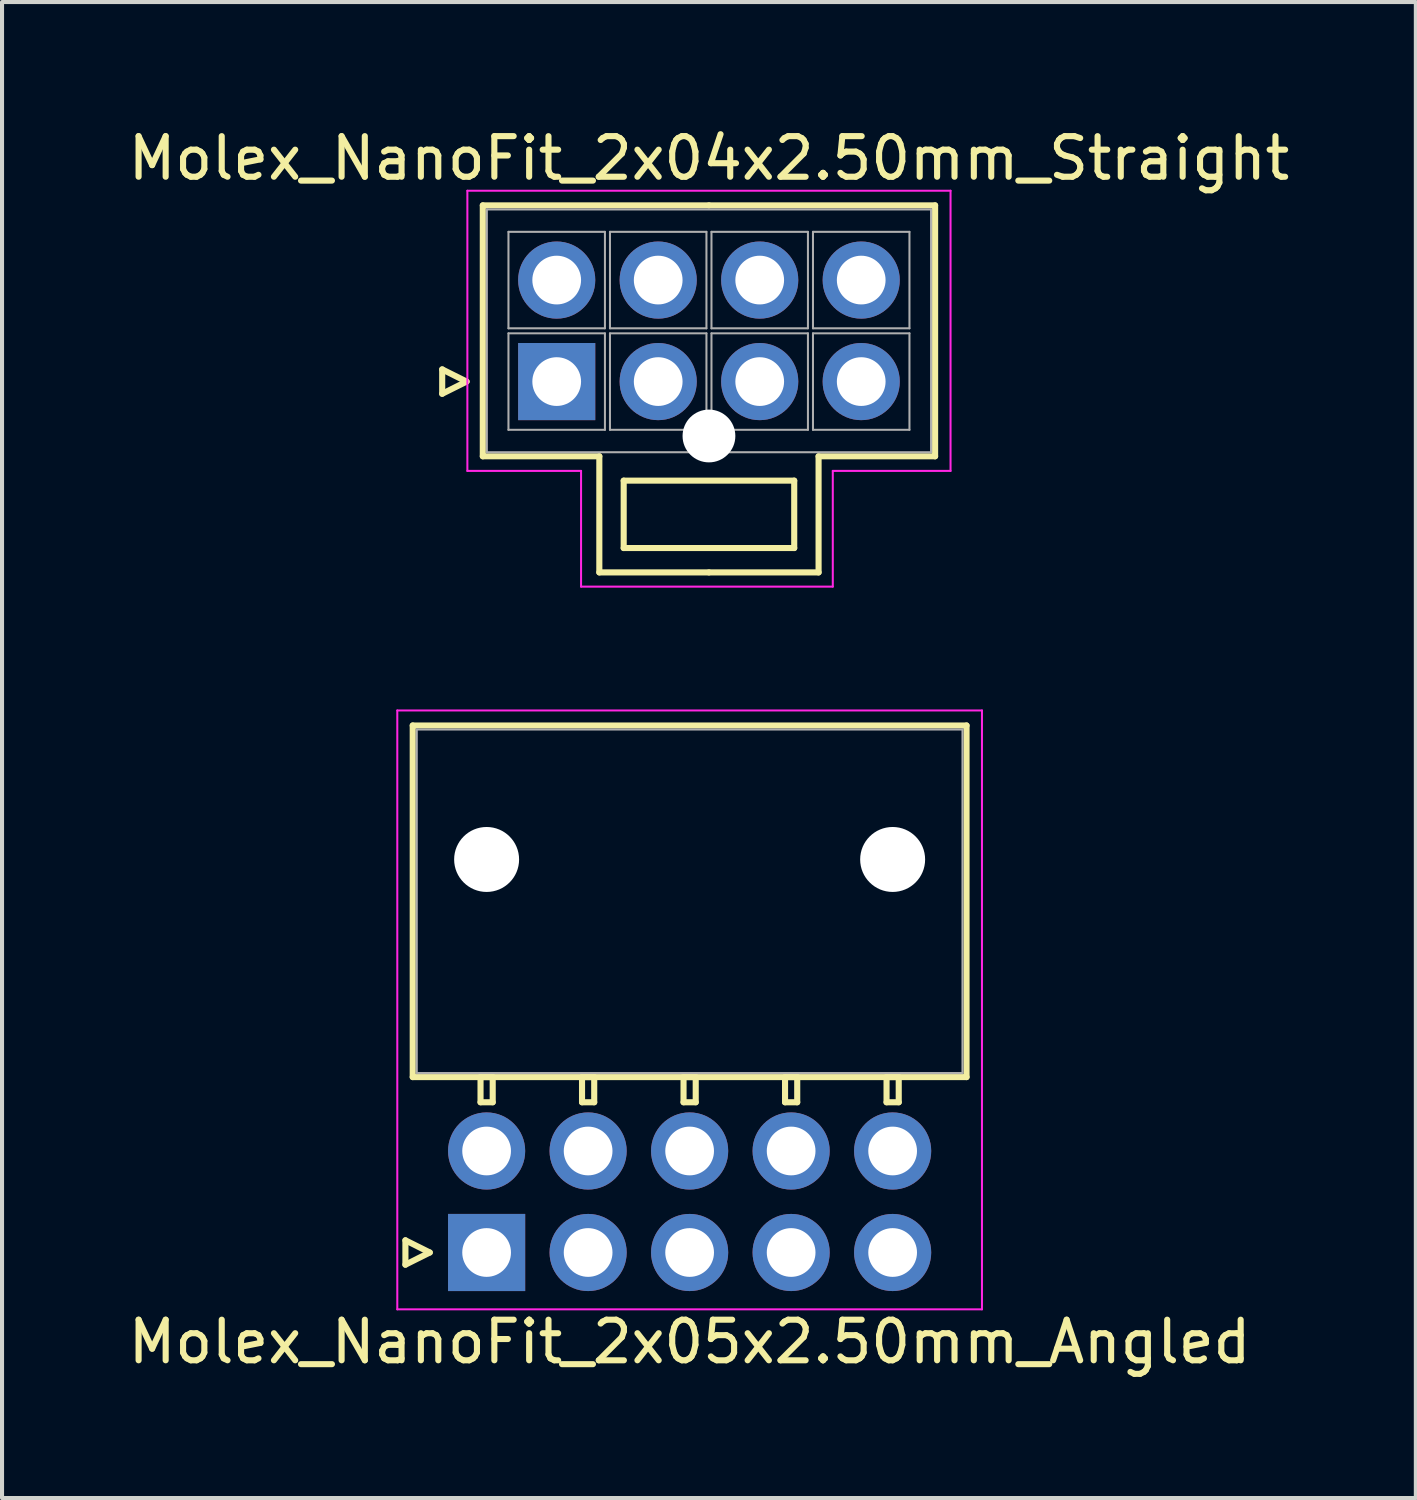
<source format=kicad_pcb>
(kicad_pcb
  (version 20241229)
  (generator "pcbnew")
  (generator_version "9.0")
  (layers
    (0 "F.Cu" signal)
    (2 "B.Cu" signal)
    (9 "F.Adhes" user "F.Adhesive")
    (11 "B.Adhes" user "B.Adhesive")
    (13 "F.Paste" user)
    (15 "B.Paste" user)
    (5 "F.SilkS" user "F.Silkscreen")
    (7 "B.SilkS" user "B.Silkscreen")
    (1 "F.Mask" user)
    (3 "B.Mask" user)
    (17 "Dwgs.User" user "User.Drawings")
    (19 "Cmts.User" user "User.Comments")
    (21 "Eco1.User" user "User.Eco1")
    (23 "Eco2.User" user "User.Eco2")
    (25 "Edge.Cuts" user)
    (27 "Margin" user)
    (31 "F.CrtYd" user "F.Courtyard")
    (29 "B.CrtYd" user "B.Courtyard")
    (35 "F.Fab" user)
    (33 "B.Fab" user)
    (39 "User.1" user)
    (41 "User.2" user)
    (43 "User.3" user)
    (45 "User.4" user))
  (footprint "Molex_NanoFit_2x05x2.50mm_Angled"
    (layer "F.Cu")
    (at 8.935 27.798)
    (property "Reference" "Molex_NanoFit_2x05x2.50mm_Angled" (at 5 2.2 0) (layer "F.SilkS") (effects (font (size 1 1) (thickness 0.15))))
    (attr through_hole)
    (fp_line (start -2 -0.3) (end -1.4 0) (stroke (width 0.15) (type solid)) (layer "F.SilkS"))
    (fp_line (start -2 0.3) (end -2 -0.3) (stroke (width 0.15) (type solid)) (layer "F.SilkS"))
    (fp_line (start -1.82 -12.98) (end -1.82 -4.32) (stroke (width 0.15) (type solid)) (layer "F.SilkS"))
    (fp_line (start -1.82 -4.32) (end 11.82 -4.32) (stroke (width 0.15) (type solid)) (layer "F.SilkS"))
    (fp_line (start -1.4 0) (end -2 0.3) (stroke (width 0.15) (type solid)) (layer "F.SilkS"))
    (fp_line (start -0.15 -4.32) (end -0.15 -3.7) (stroke (width 0.15) (type solid)) (layer "F.SilkS"))
    (fp_line (start -0.15 -3.7) (end 0.15 -3.7) (stroke (width 0.15) (type solid)) (layer "F.SilkS"))
    (fp_line (start 0.15 -4.32) (end -0.15 -4.32) (stroke (width 0.15) (type solid)) (layer "F.SilkS"))
    (fp_line (start 0.15 -3.7) (end 0.15 -4.32) (stroke (width 0.15) (type solid)) (layer "F.SilkS"))
    (fp_line (start 2.35 -4.32) (end 2.35 -3.7) (stroke (width 0.15) (type solid)) (layer "F.SilkS"))
    (fp_line (start 2.35 -3.7) (end 2.65 -3.7) (stroke (width 0.15) (type solid)) (layer "F.SilkS"))
    (fp_line (start 2.65 -4.32) (end 2.35 -4.32) (stroke (width 0.15) (type solid)) (layer "F.SilkS"))
    (fp_line (start 2.65 -3.7) (end 2.65 -4.32) (stroke (width 0.15) (type solid)) (layer "F.SilkS"))
    (fp_line (start 4.85 -4.32) (end 4.85 -3.7) (stroke (width 0.15) (type solid)) (layer "F.SilkS"))
    (fp_line (start 4.85 -3.7) (end 5.15 -3.7) (stroke (width 0.15) (type solid)) (layer "F.SilkS"))
    (fp_line (start 5.15 -4.32) (end 4.85 -4.32) (stroke (width 0.15) (type solid)) (layer "F.SilkS"))
    (fp_line (start 5.15 -3.7) (end 5.15 -4.32) (stroke (width 0.15) (type solid)) (layer "F.SilkS"))
    (fp_line (start 7.35 -4.32) (end 7.35 -3.7) (stroke (width 0.15) (type solid)) (layer "F.SilkS"))
    (fp_line (start 7.35 -3.7) (end 7.65 -3.7) (stroke (width 0.15) (type solid)) (layer "F.SilkS"))
    (fp_line (start 7.65 -4.32) (end 7.35 -4.32) (stroke (width 0.15) (type solid)) (layer "F.SilkS"))
    (fp_line (start 7.65 -3.7) (end 7.65 -4.32) (stroke (width 0.15) (type solid)) (layer "F.SilkS"))
    (fp_line (start 9.85 -4.32) (end 9.85 -3.7) (stroke (width 0.15) (type solid)) (layer "F.SilkS"))
    (fp_line (start 9.85 -3.7) (end 10.15 -3.7) (stroke (width 0.15) (type solid)) (layer "F.SilkS"))
    (fp_line (start 10.15 -4.32) (end 9.85 -4.32) (stroke (width 0.15) (type solid)) (layer "F.SilkS"))
    (fp_line (start 10.15 -3.7) (end 10.15 -4.32) (stroke (width 0.15) (type solid)) (layer "F.SilkS"))
    (fp_line (start 11.82 -12.98) (end -1.82 -12.98) (stroke (width 0.15) (type solid)) (layer "F.SilkS"))
    (fp_line (start 11.82 -4.32) (end 11.82 -12.98) (stroke (width 0.15) (type solid)) (layer "F.SilkS"))
    (fp_line (start -2.2 -13.35) (end -2.2 1.4) (stroke (width 0.05) (type solid)) (layer "F.CrtYd"))
    (fp_line (start -2.2 1.4) (end 12.2 1.4) (stroke (width 0.05) (type solid)) (layer "F.CrtYd"))
    (fp_line (start 12.2 -13.35) (end -2.2 -13.35) (stroke (width 0.05) (type solid)) (layer "F.CrtYd"))
    (fp_line (start 12.2 1.4) (end 12.2 -13.35) (stroke (width 0.05) (type solid)) (layer "F.CrtYd"))
    (fp_line (start -1.72 -12.88) (end -1.72 -4.42) (stroke (width 0.05) (type solid)) (layer "F.Fab"))
    (fp_line (start -1.72 -4.42) (end 11.72 -4.42) (stroke (width 0.05) (type solid)) (layer "F.Fab"))
    (fp_line (start 11.72 -12.88) (end -1.72 -12.88) (stroke (width 0.05) (type solid)) (layer "F.Fab"))
    (fp_line (start 11.72 -4.42) (end 11.72 -12.88) (stroke (width 0.05) (type solid)) (layer "F.Fab"))
    (pad "" np_thru_hole circle (at 0 -9.68) (size 1.6 1.6) (drill 1.6) (layers "*.Cu"))
    (pad "" np_thru_hole circle (at 10 -9.68) (size 1.6 1.6) (drill 1.6) (layers "*.Cu"))
    (pad "1" thru_hole rect (at 0 0) (size 1.9 1.9) (drill 1.2) (layers "*.Cu" "*.Mask"))
    (pad "2" thru_hole circle (at 2.5 0) (size 1.9 1.9) (drill 1.2) (layers "*.Cu" "*.Mask"))
    (pad "3" thru_hole circle (at 5 0) (size 1.9 1.9) (drill 1.2) (layers "*.Cu" "*.Mask"))
    (pad "4" thru_hole circle (at 7.5 0) (size 1.9 1.9) (drill 1.2) (layers "*.Cu" "*.Mask"))
    (pad "5" thru_hole circle (at 10 0) (size 1.9 1.9) (drill 1.2) (layers "*.Cu" "*.Mask"))
    (pad "6" thru_hole circle (at 0 -2.5) (size 1.9 1.9) (drill 1.2) (layers "*.Cu" "*.Mask"))
    (pad "7" thru_hole circle (at 2.5 -2.5) (size 1.9 1.9) (drill 1.2) (layers "*.Cu" "*.Mask"))
    (pad "8" thru_hole circle (at 5 -2.5) (size 1.9 1.9) (drill 1.2) (layers "*.Cu" "*.Mask"))
    (pad "9" thru_hole circle (at 7.5 -2.5) (size 1.9 1.9) (drill 1.2) (layers "*.Cu" "*.Mask"))
    (pad "10" thru_hole circle (at 10 -2.5) (size 1.9 1.9) (drill 1.2) (layers "*.Cu" "*.Mask")))
  (footprint "Molex_NanoFit_2x04x2.50mm_Straight"
    (layer "F.Cu")
    (at 10.661 6.348)
    (property "Reference" "Molex_NanoFit_2x04x2.50mm_Straight" (at 3.75 -5.5 0) (layer "F.SilkS") (effects (font (size 1 1) (thickness 0.15))))
    (attr through_hole)
    (fp_line (start -2.82 -0.3) (end -2.22 0) (stroke (width 0.15) (type solid)) (layer "F.SilkS"))
    (fp_line (start -2.82 0.3) (end -2.82 -0.3) (stroke (width 0.15) (type solid)) (layer "F.SilkS"))
    (fp_line (start -2.22 0) (end -2.82 0.3) (stroke (width 0.15) (type solid)) (layer "F.SilkS"))
    (fp_line (start -1.82 -4.34) (end -1.82 1.84) (stroke (width 0.15) (type solid)) (layer "F.SilkS"))
    (fp_line (start -1.82 1.84) (end 1.05 1.84) (stroke (width 0.15) (type solid)) (layer "F.SilkS"))
    (fp_line (start 1.05 1.84) (end 1.05 4.7) (stroke (width 0.15) (type solid)) (layer "F.SilkS"))
    (fp_line (start 1.05 4.7) (end 3.75 4.7) (stroke (width 0.15) (type solid)) (layer "F.SilkS"))
    (fp_line (start 1.65 2.44) (end 1.65 4.1) (stroke (width 0.15) (type solid)) (layer "F.SilkS"))
    (fp_line (start 1.65 4.1) (end 5.85 4.1) (stroke (width 0.15) (type solid)) (layer "F.SilkS"))
    (fp_line (start 3.75 -4.34) (end -1.82 -4.34) (stroke (width 0.15) (type solid)) (layer "F.SilkS"))
    (fp_line (start 3.75 -4.34) (end 9.32 -4.34) (stroke (width 0.15) (type solid)) (layer "F.SilkS"))
    (fp_line (start 5.85 2.44) (end 1.65 2.44) (stroke (width 0.15) (type solid)) (layer "F.SilkS"))
    (fp_line (start 5.85 4.1) (end 5.85 2.44) (stroke (width 0.15) (type solid)) (layer "F.SilkS"))
    (fp_line (start 6.45 1.84) (end 6.45 4.7) (stroke (width 0.15) (type solid)) (layer "F.SilkS"))
    (fp_line (start 6.45 4.7) (end 3.75 4.7) (stroke (width 0.15) (type solid)) (layer "F.SilkS"))
    (fp_line (start 9.32 -4.34) (end 9.32 1.84) (stroke (width 0.15) (type solid)) (layer "F.SilkS"))
    (fp_line (start 9.32 1.84) (end 6.45 1.84) (stroke (width 0.15) (type solid)) (layer "F.SilkS"))
    (fp_line (start -2.2 -4.7) (end -2.2 2.2) (stroke (width 0.05) (type solid)) (layer "F.CrtYd"))
    (fp_line (start -2.2 2.2) (end 0.6 2.2) (stroke (width 0.05) (type solid)) (layer "F.CrtYd"))
    (fp_line (start 0.6 2.2) (end 0.6 5.05) (stroke (width 0.05) (type solid)) (layer "F.CrtYd"))
    (fp_line (start 0.6 5.05) (end 6.8 5.05) (stroke (width 0.05) (type solid)) (layer "F.CrtYd"))
    (fp_line (start 6.8 2.2) (end 9.7 2.2) (stroke (width 0.05) (type solid)) (layer "F.CrtYd"))
    (fp_line (start 6.8 5.05) (end 6.8 2.2) (stroke (width 0.05) (type solid)) (layer "F.CrtYd"))
    (fp_line (start 9.7 -4.7) (end -2.2 -4.7) (stroke (width 0.05) (type solid)) (layer "F.CrtYd"))
    (fp_line (start 9.7 2.2) (end 9.7 -4.7) (stroke (width 0.05) (type solid)) (layer "F.CrtYd"))
    (fp_line (start -1.72 -4.24) (end -1.72 1.74) (stroke (width 0.05) (type solid)) (layer "F.Fab"))
    (fp_line (start -1.72 1.74) (end 9.22 1.74) (stroke (width 0.05) (type solid)) (layer "F.Fab"))
    (fp_line (start -1.188 -3.688) (end -1.188 -1.312) (stroke (width 0.05) (type solid)) (layer "F.Fab"))
    (fp_line (start -1.188 -1.312) (end 1.188 -1.312) (stroke (width 0.05) (type solid)) (layer "F.Fab"))
    (fp_line (start -1.188 -1.188) (end -1.188 1.188) (stroke (width 0.05) (type solid)) (layer "F.Fab"))
    (fp_line (start -1.188 1.188) (end 1.188 1.188) (stroke (width 0.05) (type solid)) (layer "F.Fab"))
    (fp_line (start 1.188 -3.688) (end -1.188 -3.688) (stroke (width 0.05) (type solid)) (layer "F.Fab"))
    (fp_line (start 1.188 -1.312) (end 1.188 -3.688) (stroke (width 0.05) (type solid)) (layer "F.Fab"))
    (fp_line (start 1.188 -1.188) (end -1.188 -1.188) (stroke (width 0.05) (type solid)) (layer "F.Fab"))
    (fp_line (start 1.188 1.188) (end 1.188 -1.188) (stroke (width 0.05) (type solid)) (layer "F.Fab"))
    (fp_line (start 1.312 -3.688) (end 1.312 -1.312) (stroke (width 0.05) (type solid)) (layer "F.Fab"))
    (fp_line (start 1.312 -1.312) (end 3.688 -1.312) (stroke (width 0.05) (type solid)) (layer "F.Fab"))
    (fp_line (start 1.312 -1.188) (end 1.312 1.188) (stroke (width 0.05) (type solid)) (layer "F.Fab"))
    (fp_line (start 1.312 1.188) (end 3.688 1.188) (stroke (width 0.05) (type solid)) (layer "F.Fab"))
    (fp_line (start 3.688 -3.688) (end 1.312 -3.688) (stroke (width 0.05) (type solid)) (layer "F.Fab"))
    (fp_line (start 3.688 -1.312) (end 3.688 -3.688) (stroke (width 0.05) (type solid)) (layer "F.Fab"))
    (fp_line (start 3.688 -1.188) (end 1.312 -1.188) (stroke (width 0.05) (type solid)) (layer "F.Fab"))
    (fp_line (start 3.688 1.188) (end 3.688 -1.188) (stroke (width 0.05) (type solid)) (layer "F.Fab"))
    (fp_line (start 3.812 -3.688) (end 3.812 -1.312) (stroke (width 0.05) (type solid)) (layer "F.Fab"))
    (fp_line (start 3.812 -1.312) (end 6.188 -1.312) (stroke (width 0.05) (type solid)) (layer "F.Fab"))
    (fp_line (start 3.812 -1.188) (end 3.812 1.188) (stroke (width 0.05) (type solid)) (layer "F.Fab"))
    (fp_line (start 3.812 1.188) (end 6.188 1.188) (stroke (width 0.05) (type solid)) (layer "F.Fab"))
    (fp_line (start 6.188 -3.688) (end 3.812 -3.688) (stroke (width 0.05) (type solid)) (layer "F.Fab"))
    (fp_line (start 6.188 -1.312) (end 6.188 -3.688) (stroke (width 0.05) (type solid)) (layer "F.Fab"))
    (fp_line (start 6.188 -1.188) (end 3.812 -1.188) (stroke (width 0.05) (type solid)) (layer "F.Fab"))
    (fp_line (start 6.188 1.188) (end 6.188 -1.188) (stroke (width 0.05) (type solid)) (layer "F.Fab"))
    (fp_line (start 6.312 -3.688) (end 6.312 -1.312) (stroke (width 0.05) (type solid)) (layer "F.Fab"))
    (fp_line (start 6.312 -1.312) (end 8.688 -1.312) (stroke (width 0.05) (type solid)) (layer "F.Fab"))
    (fp_line (start 6.312 -1.188) (end 6.312 1.188) (stroke (width 0.05) (type solid)) (layer "F.Fab"))
    (fp_line (start 6.312 1.188) (end 8.688 1.188) (stroke (width 0.05) (type solid)) (layer "F.Fab"))
    (fp_line (start 8.688 -3.688) (end 6.312 -3.688) (stroke (width 0.05) (type solid)) (layer "F.Fab"))
    (fp_line (start 8.688 -1.312) (end 8.688 -3.688) (stroke (width 0.05) (type solid)) (layer "F.Fab"))
    (fp_line (start 8.688 -1.188) (end 6.312 -1.188) (stroke (width 0.05) (type solid)) (layer "F.Fab"))
    (fp_line (start 8.688 1.188) (end 8.688 -1.188) (stroke (width 0.05) (type solid)) (layer "F.Fab"))
    (fp_line (start 9.22 -4.24) (end -1.72 -4.24) (stroke (width 0.05) (type solid)) (layer "F.Fab"))
    (fp_line (start 9.22 1.74) (end 9.22 -4.24) (stroke (width 0.05) (type solid)) (layer "F.Fab"))
    (pad "" np_thru_hole circle (at 3.75 1.34) (size 1.3 1.3) (drill 1.3) (layers "*.Cu"))
    (pad "1" thru_hole rect (at 0 0) (size 1.9 1.9) (drill 1.2) (layers "*.Cu" "*.Mask"))
    (pad "2" thru_hole circle (at 2.5 0) (size 1.9 1.9) (drill 1.2) (layers "*.Cu" "*.Mask"))
    (pad "3" thru_hole circle (at 5 0) (size 1.9 1.9) (drill 1.2) (layers "*.Cu" "*.Mask"))
    (pad "4" thru_hole circle (at 7.5 0) (size 1.9 1.9) (drill 1.2) (layers "*.Cu" "*.Mask"))
    (pad "5" thru_hole circle (at 0 -2.5) (size 1.9 1.9) (drill 1.2) (layers "*.Cu" "*.Mask"))
    (pad "6" thru_hole circle (at 2.5 -2.5) (size 1.9 1.9) (drill 1.2) (layers "*.Cu" "*.Mask"))
    (pad "7" thru_hole circle (at 5 -2.5) (size 1.9 1.9) (drill 1.2) (layers "*.Cu" "*.Mask"))
    (pad "8" thru_hole circle (at 7.5 -2.5) (size 1.9 1.9) (drill 1.2) (layers "*.Cu" "*.Mask")))
  (gr_rect
    (start -3 -3)
    (end 31.821 33.846)
    (stroke (width 0.1) (type default))
    (fill no)
    (layer "Edge.Cuts")))
</source>
